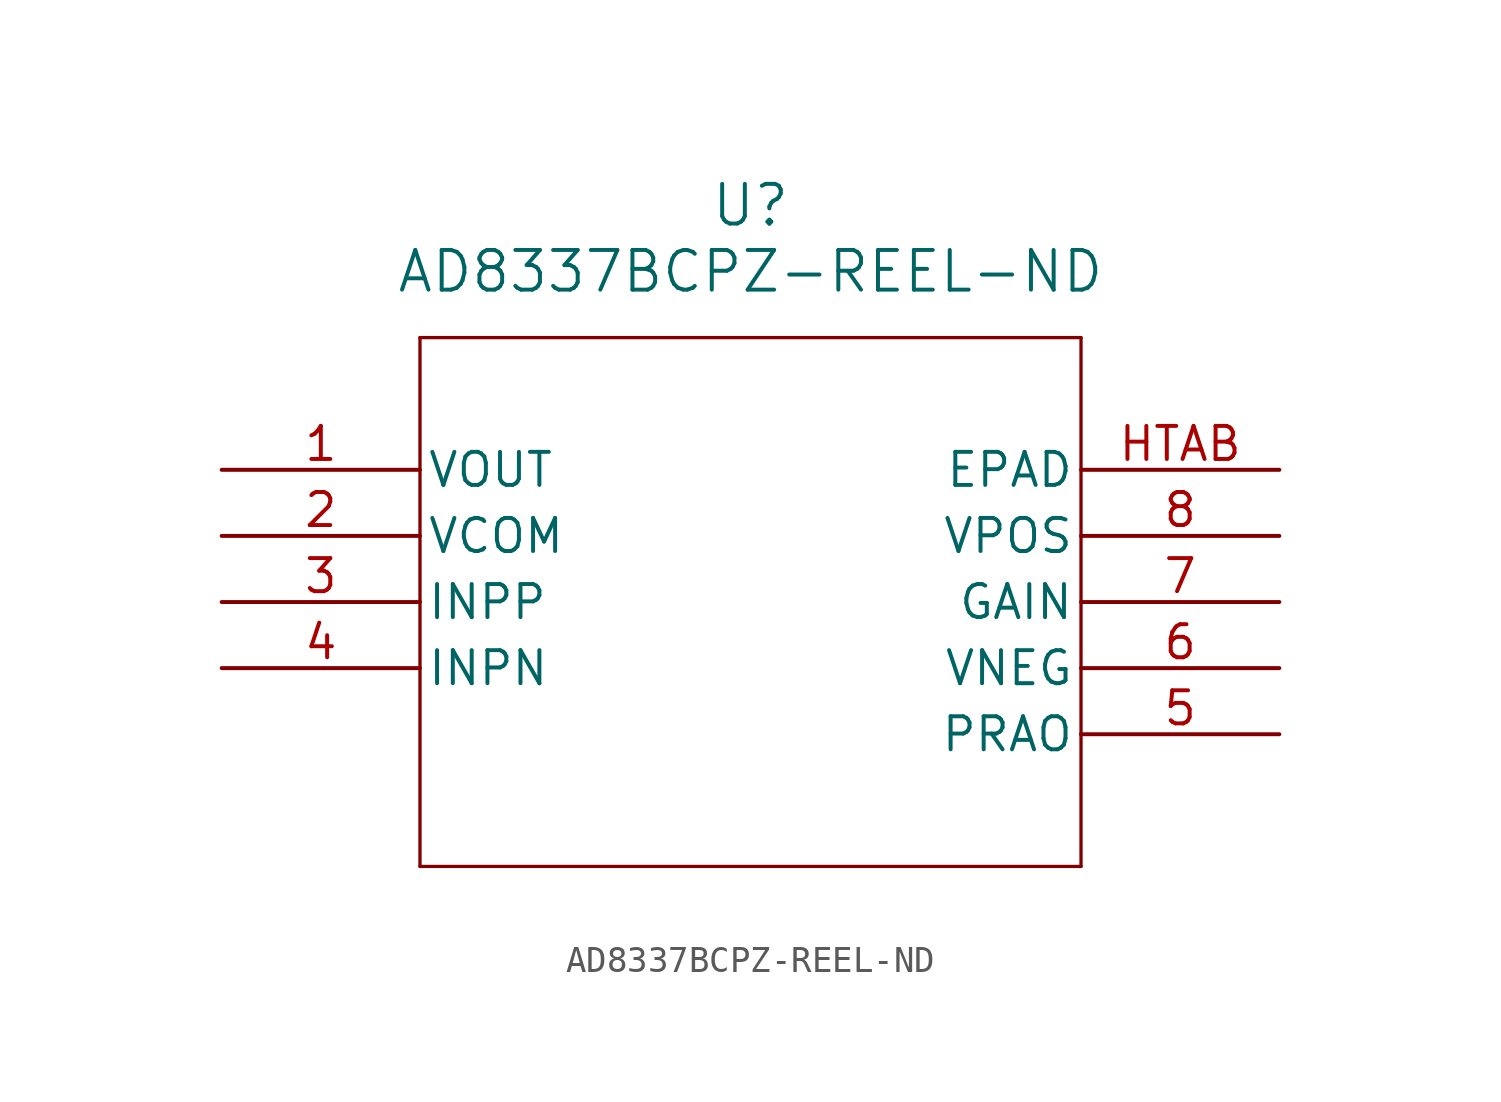
<source format=kicad_sym>
(kicad_symbol_lib
  (version 20211014)
  (generator kicad_symbol_editor)
  (symbol "AD8337BCPZ-REEL-ND"
    (pin_names
      (offset 0.254))
    (property "Reference" "U"
      (at 20.32 10.16 0)
      (effects (font (size 1.524 1.524))))
    (property "Value" "AD8337BCPZ-REEL-ND"
      (at 20.32 7.62 0)
      (effects (font (size 1.524 1.524))))
    (symbol "AD8337BCPZ-REEL-ND_0_1"
      (polyline (pts (xy 7.62 5.08) (xy 7.62 -15.24)) (stroke (width 0.127) (type default) (color 0 0 0 0)) (fill (type none)))
      (polyline (pts (xy 7.62 -15.24) (xy 33.02 -15.24)) (stroke (width 0.127) (type default) (color 0 0 0 0)) (fill (type none)))
      (polyline (pts (xy 33.02 -15.24) (xy 33.02 5.08)) (stroke (width 0.127) (type default) (color 0 0 0 0)) (fill (type none)))
      (polyline (pts (xy 33.02 5.08) (xy 7.62 5.08)) (stroke (width 0.127) (type default) (color 0 0 0 0)) (fill (type none)))
      (pin output line (at 0 0 0) (length 7.62) (name "VOUT" (effects (font (size 1.27 1.27)))) (number "1" (effects (font (size 1.27 1.27)))))
      (pin power_in line (at 0 -2.54 0) (length 7.62) (name "VCOM" (effects (font (size 1.27 1.27)))) (number "2" (effects (font (size 1.27 1.27)))))
      (pin input line (at 0 -5.08 0) (length 7.62) (name "INPP" (effects (font (size 1.27 1.27)))) (number "3" (effects (font (size 1.27 1.27)))))
      (pin input line (at 0 -7.62 0) (length 7.62) (name "INPN" (effects (font (size 1.27 1.27)))) (number "4" (effects (font (size 1.27 1.27)))))
      (pin output line (at 40.64 -10.16 180) (length 7.62) (name "PRAO" (effects (font (size 1.27 1.27)))) (number "5" (effects (font (size 1.27 1.27)))))
      (pin power_in line (at 40.64 -7.62 180) (length 7.62) (name "VNEG" (effects (font (size 1.27 1.27)))) (number "6" (effects (font (size 1.27 1.27)))))
      (pin input line (at 40.64 -5.08 180) (length 7.62) (name "GAIN" (effects (font (size 1.27 1.27)))) (number "7" (effects (font (size 1.27 1.27)))))
      (pin power_in line (at 40.64 -2.54 180) (length 7.62) (name "VPOS" (effects (font (size 1.27 1.27)))) (number "8" (effects (font (size 1.27 1.27)))))
      (pin unspecified line (at 40.64 0 180) (length 7.62) (name "EPAD" (effects (font (size 1.27 1.27)))) (number "HTAB" (effects (font (size 1.27 1.27))))))))
</source>
